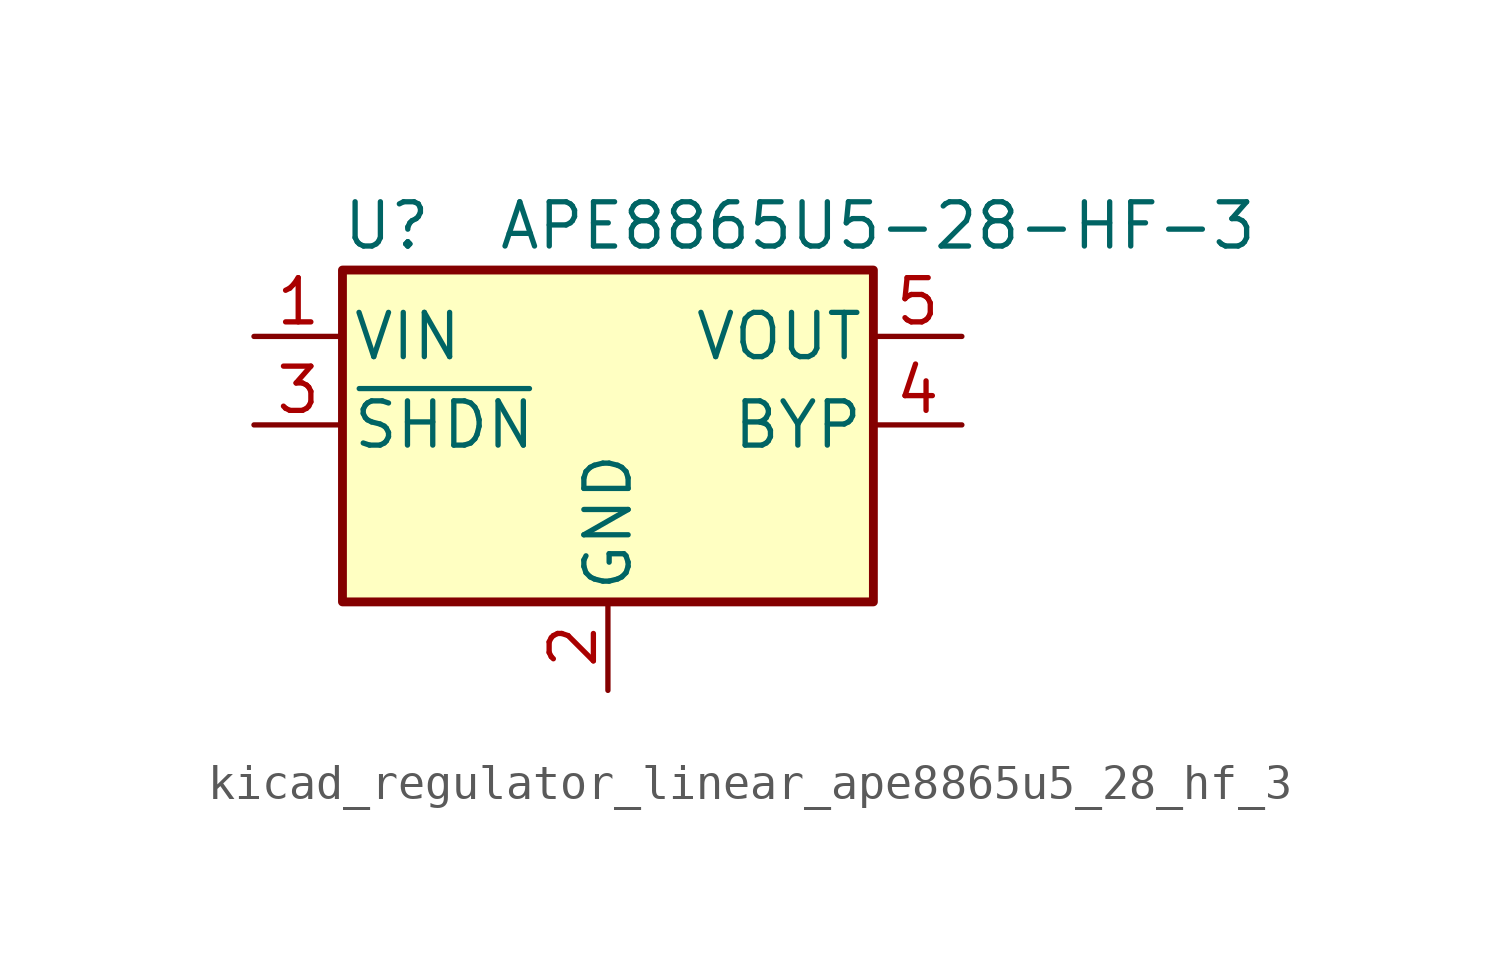
<source format=kicad_sym>
(kicad_symbol_lib
  (version 20220914)
  (generator kicad_symbol_editor)
  (symbol "kicad_regulator_linear_ape8865u5_28_hf_3"
    (pin_names
      (offset 0.254))
    (property "Reference" "U"
      (at -6.35 5.715 0)
      (effects (font (size 1.27 1.27))))
    (property "Value" "APE8865U5-28-HF-3"
      (at -3.175 5.715 0)
      (effects (font (size 1.27 1.27)) (justify left)))
    (symbol "kicad_regulator_linear_ape8865u5_28_hf_3_0_1"
      (rectangle (start -7.62 4.445) (end 7.62 -5.08) (stroke (width 0.254) (type default)) (fill (type background))))
    (symbol "kicad_regulator_linear_ape8865u5_28_hf_3_1_1"
      (pin power_in line (at -10.16 2.54 0) (length 2.54) (name "VIN" (effects (font (size 1.27 1.27)))) (number "1" (effects (font (size 1.27 1.27)))))
      (pin power_in line (at 0 -7.62 90) (length 2.54) (name "GND" (effects (font (size 1.27 1.27)))) (number "2" (effects (font (size 1.27 1.27)))))
      (pin input line (at -10.16 0 0) (length 2.54) (name "~{SHDN}" (effects (font (size 1.27 1.27)))) (number "3" (effects (font (size 1.27 1.27)))))
      (pin input line (at 10.16 0 180) (length 2.54) (name "BYP" (effects (font (size 1.27 1.27)))) (number "4" (effects (font (size 1.27 1.27)))))
      (pin power_out line (at 10.16 2.54 180) (length 2.54) (name "VOUT" (effects (font (size 1.27 1.27)))) (number "5" (effects (font (size 1.27 1.27))))))))
</source>
